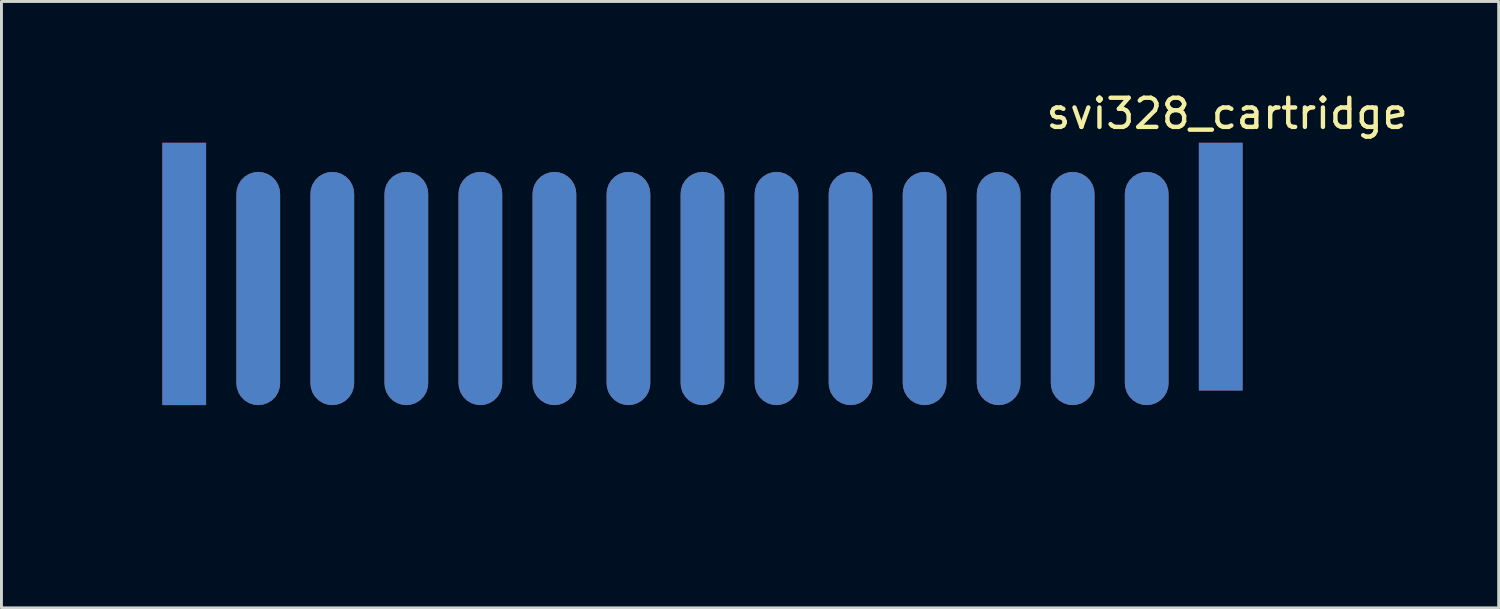
<source format=kicad_pcb>
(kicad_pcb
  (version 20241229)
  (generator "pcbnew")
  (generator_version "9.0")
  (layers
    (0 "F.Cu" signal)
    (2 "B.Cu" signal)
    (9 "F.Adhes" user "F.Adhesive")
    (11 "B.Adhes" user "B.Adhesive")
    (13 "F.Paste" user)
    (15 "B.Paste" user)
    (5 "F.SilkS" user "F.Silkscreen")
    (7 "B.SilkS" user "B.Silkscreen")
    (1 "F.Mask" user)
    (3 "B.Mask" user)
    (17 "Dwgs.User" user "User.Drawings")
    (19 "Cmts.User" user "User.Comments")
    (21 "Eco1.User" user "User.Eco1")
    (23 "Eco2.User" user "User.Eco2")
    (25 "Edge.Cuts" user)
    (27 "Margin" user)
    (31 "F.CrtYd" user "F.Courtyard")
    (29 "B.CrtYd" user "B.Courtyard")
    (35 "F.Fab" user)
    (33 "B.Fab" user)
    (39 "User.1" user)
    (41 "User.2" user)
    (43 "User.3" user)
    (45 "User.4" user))
  (footprint "svi328_cartridge"
    (layer "F.Cu")
    (at 21.05 1.848)
    (property "Reference" "svi328_cartridge" (at 18 -1 0) (layer "F.SilkS") (effects (font (size 1 1) (thickness 0.15))))
    (attr through_hole)
    (fp_rect (start -21 1) (end 21 12.905) (stroke (width 0.1) (type solid)) (fill yes) (layer "F.Mask"))
    (fp_rect (start -21 1) (end 21 12.905) (stroke (width 0.1) (type solid)) (fill yes) (layer "B.Mask"))
    (pad "1" connect rect (at 17.78 0) (size 1.5 8.5) (drill (offset 0 4.25)) (layers "B.Cu"))
    (pad "2" connect rect (at 17.78 0) (size 1.5 8.5) (drill (offset 0 4.25)) (layers "F.Cu"))
    (pad "3" connect roundrect (at 15.24 1.75) (size 1.5 8) (drill (offset 0 3.25)) (layers "B.Cu") (roundrect_rratio 0.5))
    (pad "4" connect roundrect (at 15.24 1.75) (size 1.5 8) (drill (offset 0 3.25)) (layers "F.Cu") (roundrect_rratio 0.5))
    (pad "5" connect roundrect (at 12.7 1.75) (size 1.5 8) (drill (offset 0 3.25)) (layers "B.Cu") (roundrect_rratio 0.5))
    (pad "6" connect roundrect (at 12.7 1.75) (size 1.5 8) (drill (offset 0 3.25)) (layers "F.Cu") (roundrect_rratio 0.5))
    (pad "7" connect roundrect (at 10.16 1.75) (size 1.5 8) (drill (offset 0 3.25)) (layers "B.Cu") (roundrect_rratio 0.5))
    (pad "8" connect roundrect (at 10.16 1.75) (size 1.5 8) (drill (offset 0 3.25)) (layers "F.Cu") (roundrect_rratio 0.5))
    (pad "9" connect roundrect (at 7.62 1.75) (size 1.5 8) (drill (offset 0 3.25)) (layers "B.Cu") (roundrect_rratio 0.5))
    (pad "10" connect roundrect (at 7.62 1.75) (size 1.5 8) (drill (offset 0 3.25)) (layers "F.Cu") (roundrect_rratio 0.5))
    (pad "11" connect roundrect (at 5.08 1.75) (size 1.5 8) (drill (offset 0 3.25)) (layers "B.Cu") (roundrect_rratio 0.5))
    (pad "12" connect roundrect (at 5.08 1.75) (size 1.5 8) (drill (offset 0 3.25)) (layers "F.Cu") (roundrect_rratio 0.5))
    (pad "13" connect roundrect (at 2.54 1.75) (size 1.5 8) (drill (offset 0 3.25)) (layers "B.Cu") (roundrect_rratio 0.5))
    (pad "14" connect roundrect (at 2.54 1.75) (size 1.5 8) (drill (offset 0 3.25)) (layers "F.Cu") (roundrect_rratio 0.5))
    (pad "15" connect roundrect (at 0 1.75) (size 1.5 8) (drill (offset 0 3.25)) (layers "B.Cu") (roundrect_rratio 0.5))
    (pad "16" connect roundrect (at 0 1.75) (size 1.5 8) (drill (offset 0 3.25)) (layers "F.Cu") (roundrect_rratio 0.5))
    (pad "17" connect roundrect (at -2.54 1.75) (size 1.5 8) (drill (offset 0 3.25)) (layers "B.Cu") (roundrect_rratio 0.5))
    (pad "18" connect roundrect (at -2.54 1.75) (size 1.5 8) (drill (offset 0 3.25)) (layers "F.Cu") (roundrect_rratio 0.5))
    (pad "19" connect roundrect (at -5.08 1.75) (size 1.5 8) (drill (offset 0 3.25)) (layers "B.Cu") (roundrect_rratio 0.5))
    (pad "20" connect roundrect (at -5.08 1.75) (size 1.5 8) (drill (offset 0 3.25)) (layers "F.Cu") (roundrect_rratio 0.5))
    (pad "21" connect roundrect (at -7.62 1.75) (size 1.5 8) (drill (offset 0 3.25)) (layers "B.Cu") (roundrect_rratio 0.5))
    (pad "22" connect roundrect (at -7.62 1.75) (size 1.5 8) (drill (offset 0 3.25)) (layers "F.Cu") (roundrect_rratio 0.5))
    (pad "23" connect roundrect (at -10.16 1.75) (size 1.5 8) (drill (offset 0 3.25)) (layers "B.Cu") (roundrect_rratio 0.5))
    (pad "24" connect roundrect (at -10.16 1.75) (size 1.5 8) (drill (offset 0 3.25)) (layers "F.Cu") (roundrect_rratio 0.5))
    (pad "25" connect roundrect (at -12.7 1.75) (size 1.5 8) (drill (offset 0 3.25)) (layers "B.Cu") (roundrect_rratio 0.5))
    (pad "26" connect roundrect (at -12.7 1.75) (size 1.5 8) (drill (offset 0 3.25)) (layers "F.Cu") (roundrect_rratio 0.5))
    (pad "27" connect roundrect (at -15.24 1.75) (size 1.5 8) (drill (offset 0 3.25)) (layers "B.Cu") (roundrect_rratio 0.5))
    (pad "28" connect roundrect (at -15.24 1.75) (size 1.5 8) (drill (offset 0 3.25)) (layers "F.Cu") (roundrect_rratio 0.5))
    (pad "29" connect rect (at -17.78 0) (size 1.5 9) (drill (offset 0 4.5)) (layers "B.Cu"))
    (pad "30" connect rect (at -17.78 0) (size 1.5 9) (drill (offset 0 4.5)) (layers "F.Cu"))
    (zone (net_name "") (layers "F.Cu" "F.Mask" "B.Cu") (hatch edge 0.5) (connect_pads) (min_thickness 0.25) (filled_areas_thickness no) (keepout (tracks not_allowed) (vias allowed) (pads allowed) (copperpour allowed) (footprints allowed)) (placement (enabled no)) (fill) (polygon (pts (xy 1.05 4.348) (xy 41.05 4.348) (xy 41.05 11.753) (xy 1.05 11.753)))))
  (gr_rect
    (start -3 -3)
    (end 48.365 17.803)
    (stroke (width 0.1) (type default))
    (fill no)
    (layer "Edge.Cuts")))
</source>
